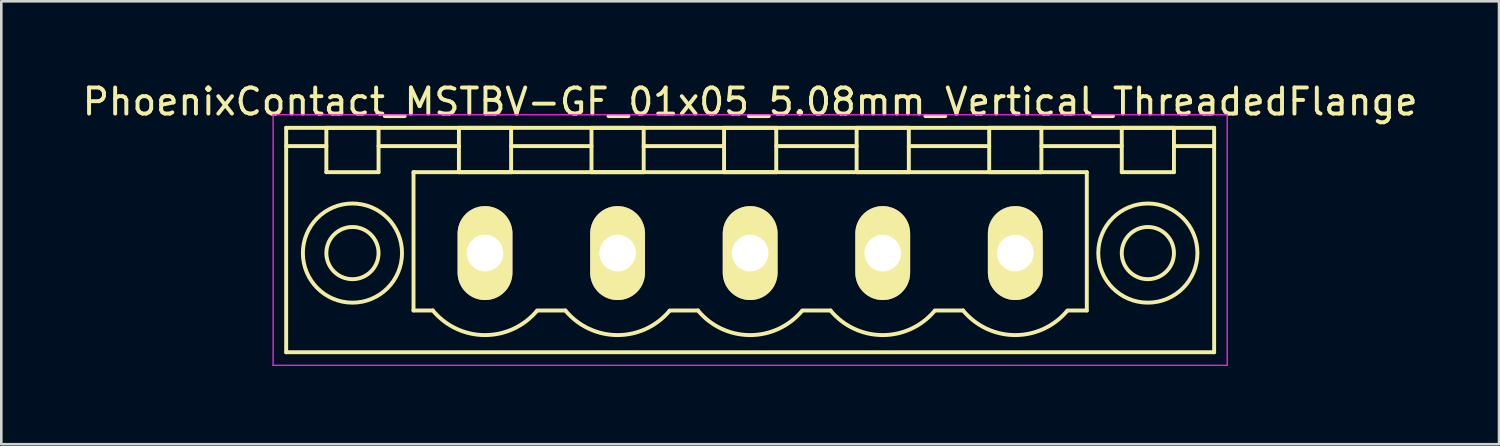
<source format=kicad_pcb>
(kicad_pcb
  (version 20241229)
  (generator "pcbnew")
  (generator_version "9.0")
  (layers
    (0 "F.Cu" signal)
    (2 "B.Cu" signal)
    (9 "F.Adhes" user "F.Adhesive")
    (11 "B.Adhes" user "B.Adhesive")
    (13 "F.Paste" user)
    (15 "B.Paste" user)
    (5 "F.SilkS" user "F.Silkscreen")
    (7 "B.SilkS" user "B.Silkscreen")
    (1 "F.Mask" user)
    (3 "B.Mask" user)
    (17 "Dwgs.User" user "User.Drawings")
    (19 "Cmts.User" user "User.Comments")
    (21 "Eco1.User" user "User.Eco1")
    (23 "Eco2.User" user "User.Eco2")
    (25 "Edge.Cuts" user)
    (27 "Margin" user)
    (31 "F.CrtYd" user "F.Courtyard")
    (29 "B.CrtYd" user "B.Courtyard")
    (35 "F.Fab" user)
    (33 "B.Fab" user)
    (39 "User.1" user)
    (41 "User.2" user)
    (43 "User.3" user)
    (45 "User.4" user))
  (footprint "PhoenixContact_MSTBV-GF_01x05_5.08mm_Vertical_ThreadedFlange"
    (layer "F.Cu")
    (at 15.536 6.648)
    (property "Reference" "PhoenixContact_MSTBV-GF_01x05_5.08mm_Vertical_ThreadedFlange" (at 10.16 -5.8 0) (layer "F.SilkS") (effects (font (size 1 1) (thickness 0.15))))
    (attr through_hole)
    (fp_line (start -7.62 -4.8) (end -7.62 3.8) (stroke (width 0.15) (type solid)) (layer "F.SilkS"))
    (fp_line (start -7.62 -4.1) (end -6.08 -4.1) (stroke (width 0.15) (type solid)) (layer "F.SilkS"))
    (fp_line (start -7.62 3.8) (end 27.94 3.8) (stroke (width 0.15) (type solid)) (layer "F.SilkS"))
    (fp_line (start -6.08 -4.8) (end -4.08 -4.8) (stroke (width 0.15) (type solid)) (layer "F.SilkS"))
    (fp_line (start -6.08 -3.1) (end -6.08 -4.8) (stroke (width 0.15) (type solid)) (layer "F.SilkS"))
    (fp_line (start -4.08 -4.8) (end -4.08 -3.1) (stroke (width 0.15) (type solid)) (layer "F.SilkS"))
    (fp_line (start -4.08 -4.1) (end -1 -4.1) (stroke (width 0.15) (type solid)) (layer "F.SilkS"))
    (fp_line (start -4.08 -3.1) (end -6.08 -3.1) (stroke (width 0.15) (type solid)) (layer "F.SilkS"))
    (fp_line (start -2.74 -3.1) (end 23.06 -3.1) (stroke (width 0.15) (type solid)) (layer "F.SilkS"))
    (fp_line (start -2.74 2.2) (end -2.74 -3.1) (stroke (width 0.15) (type solid)) (layer "F.SilkS"))
    (fp_line (start -2 2.2) (end -2.74 2.2) (stroke (width 0.15) (type solid)) (layer "F.SilkS"))
    (fp_line (start -1 -4.8) (end 1 -4.8) (stroke (width 0.15) (type solid)) (layer "F.SilkS"))
    (fp_line (start -1 -3.1) (end -1 -4.8) (stroke (width 0.15) (type solid)) (layer "F.SilkS"))
    (fp_line (start 1 -4.8) (end 1 -3.1) (stroke (width 0.15) (type solid)) (layer "F.SilkS"))
    (fp_line (start 1 -4.1) (end 4.08 -4.1) (stroke (width 0.15) (type solid)) (layer "F.SilkS"))
    (fp_line (start 1 -3.1) (end -1 -3.1) (stroke (width 0.15) (type solid)) (layer "F.SilkS"))
    (fp_line (start 2 2.2) (end 3.08 2.2) (stroke (width 0.15) (type solid)) (layer "F.SilkS"))
    (fp_line (start 4.08 -4.8) (end 6.08 -4.8) (stroke (width 0.15) (type solid)) (layer "F.SilkS"))
    (fp_line (start 4.08 -3.1) (end 4.08 -4.8) (stroke (width 0.15) (type solid)) (layer "F.SilkS"))
    (fp_line (start 6.08 -4.8) (end 6.08 -3.1) (stroke (width 0.15) (type solid)) (layer "F.SilkS"))
    (fp_line (start 6.08 -4.1) (end 9.16 -4.1) (stroke (width 0.15) (type solid)) (layer "F.SilkS"))
    (fp_line (start 6.08 -3.1) (end 4.08 -3.1) (stroke (width 0.15) (type solid)) (layer "F.SilkS"))
    (fp_line (start 7.08 2.2) (end 8.16 2.2) (stroke (width 0.15) (type solid)) (layer "F.SilkS"))
    (fp_line (start 9.16 -4.8) (end 11.16 -4.8) (stroke (width 0.15) (type solid)) (layer "F.SilkS"))
    (fp_line (start 9.16 -3.1) (end 9.16 -4.8) (stroke (width 0.15) (type solid)) (layer "F.SilkS"))
    (fp_line (start 11.16 -4.8) (end 11.16 -3.1) (stroke (width 0.15) (type solid)) (layer "F.SilkS"))
    (fp_line (start 11.16 -4.1) (end 14.24 -4.1) (stroke (width 0.15) (type solid)) (layer "F.SilkS"))
    (fp_line (start 11.16 -3.1) (end 9.16 -3.1) (stroke (width 0.15) (type solid)) (layer "F.SilkS"))
    (fp_line (start 12.16 2.2) (end 13.24 2.2) (stroke (width 0.15) (type solid)) (layer "F.SilkS"))
    (fp_line (start 14.24 -4.8) (end 16.24 -4.8) (stroke (width 0.15) (type solid)) (layer "F.SilkS"))
    (fp_line (start 14.24 -3.1) (end 14.24 -4.8) (stroke (width 0.15) (type solid)) (layer "F.SilkS"))
    (fp_line (start 16.24 -4.8) (end 16.24 -3.1) (stroke (width 0.15) (type solid)) (layer "F.SilkS"))
    (fp_line (start 16.24 -4.1) (end 19.32 -4.1) (stroke (width 0.15) (type solid)) (layer "F.SilkS"))
    (fp_line (start 16.24 -3.1) (end 14.24 -3.1) (stroke (width 0.15) (type solid)) (layer "F.SilkS"))
    (fp_line (start 17.24 2.2) (end 18.32 2.2) (stroke (width 0.15) (type solid)) (layer "F.SilkS"))
    (fp_line (start 19.32 -4.8) (end 21.32 -4.8) (stroke (width 0.15) (type solid)) (layer "F.SilkS"))
    (fp_line (start 19.32 -3.1) (end 19.32 -4.8) (stroke (width 0.15) (type solid)) (layer "F.SilkS"))
    (fp_line (start 21.32 -4.8) (end 21.32 -3.1) (stroke (width 0.15) (type solid)) (layer "F.SilkS"))
    (fp_line (start 21.32 -4.1) (end 24.4 -4.1) (stroke (width 0.15) (type solid)) (layer "F.SilkS"))
    (fp_line (start 21.32 -3.1) (end 19.32 -3.1) (stroke (width 0.15) (type solid)) (layer "F.SilkS"))
    (fp_line (start 23.06 -3.1) (end 23.06 2.2) (stroke (width 0.15) (type solid)) (layer "F.SilkS"))
    (fp_line (start 23.06 2.2) (end 22.32 2.2) (stroke (width 0.15) (type solid)) (layer "F.SilkS"))
    (fp_line (start 24.4 -4.8) (end 26.4 -4.8) (stroke (width 0.15) (type solid)) (layer "F.SilkS"))
    (fp_line (start 24.4 -3.1) (end 24.4 -4.8) (stroke (width 0.15) (type solid)) (layer "F.SilkS"))
    (fp_line (start 26.4 -4.8) (end 26.4 -3.1) (stroke (width 0.15) (type solid)) (layer "F.SilkS"))
    (fp_line (start 26.4 -3.1) (end 24.4 -3.1) (stroke (width 0.15) (type solid)) (layer "F.SilkS"))
    (fp_line (start 27.94 -4.8) (end -7.62 -4.8) (stroke (width 0.15) (type solid)) (layer "F.SilkS"))
    (fp_line (start 27.94 -4.1) (end 26.4 -4.1) (stroke (width 0.15) (type solid)) (layer "F.SilkS"))
    (fp_line (start 27.94 3.8) (end 27.94 -4.8) (stroke (width 0.15) (type solid)) (layer "F.SilkS"))
    (fp_arc (start 1.986842 2.215821) (mid -0.010289 3.142758) (end -2 2.2) (stroke (width 0.15) (type solid)) (layer "F.SilkS"))
    (fp_arc (start 7.066842 2.215821) (mid 5.069711 3.142758) (end 3.08 2.2) (stroke (width 0.15) (type solid)) (layer "F.SilkS"))
    (fp_arc (start 12.146842 2.215821) (mid 10.149711 3.142758) (end 8.16 2.2) (stroke (width 0.15) (type solid)) (layer "F.SilkS"))
    (fp_arc (start 17.226842 2.215821) (mid 15.229711 3.142758) (end 13.24 2.2) (stroke (width 0.15) (type solid)) (layer "F.SilkS"))
    (fp_arc (start 22.306842 2.215821) (mid 20.309711 3.142758) (end 18.32 2.2) (stroke (width 0.15) (type solid)) (layer "F.SilkS"))
    (fp_circle (center -5.08 0) (end -4.08 0) (stroke (width 0.15) (type solid)) (fill no) (layer "F.SilkS"))
    (fp_circle (center -5.08 0) (end -3.18 0) (stroke (width 0.15) (type solid)) (fill no) (layer "F.SilkS"))
    (fp_circle (center 25.4 0) (end 26.4 0) (stroke (width 0.15) (type solid)) (fill no) (layer "F.SilkS"))
    (fp_circle (center 25.4 0) (end 27.3 0) (stroke (width 0.15) (type solid)) (fill no) (layer "F.SilkS"))
    (fp_line (start -8.12 -5.3) (end -8.12 4.3) (stroke (width 0.05) (type solid)) (layer "F.CrtYd"))
    (fp_line (start -8.12 4.3) (end 28.44 4.3) (stroke (width 0.05) (type solid)) (layer "F.CrtYd"))
    (fp_line (start 28.44 -5.3) (end -8.12 -5.3) (stroke (width 0.05) (type solid)) (layer "F.CrtYd"))
    (fp_line (start 28.44 4.3) (end 28.44 -5.3) (stroke (width 0.05) (type solid)) (layer "F.CrtYd"))
    (pad "1" thru_hole oval (at 0 0) (size 2.1 3.6) (drill 1.4) (layers "*.Cu" "*.Mask" "F.SilkS"))
    (pad "2" thru_hole oval (at 5.08 0) (size 2.1 3.6) (drill 1.4) (layers "*.Cu" "*.Mask" "F.SilkS"))
    (pad "3" thru_hole oval (at 10.16 0) (size 2.1 3.6) (drill 1.4) (layers "*.Cu" "*.Mask" "F.SilkS"))
    (pad "4" thru_hole oval (at 15.24 0) (size 2.1 3.6) (drill 1.4) (layers "*.Cu" "*.Mask" "F.SilkS"))
    (pad "5" thru_hole oval (at 20.32 0) (size 2.1 3.6) (drill 1.4) (layers "*.Cu" "*.Mask" "F.SilkS")))
  (gr_rect
    (start -3 -3)
    (end 54.393 13.973)
    (stroke (width 0.1) (type default))
    (fill no)
    (layer "Edge.Cuts")))
</source>
